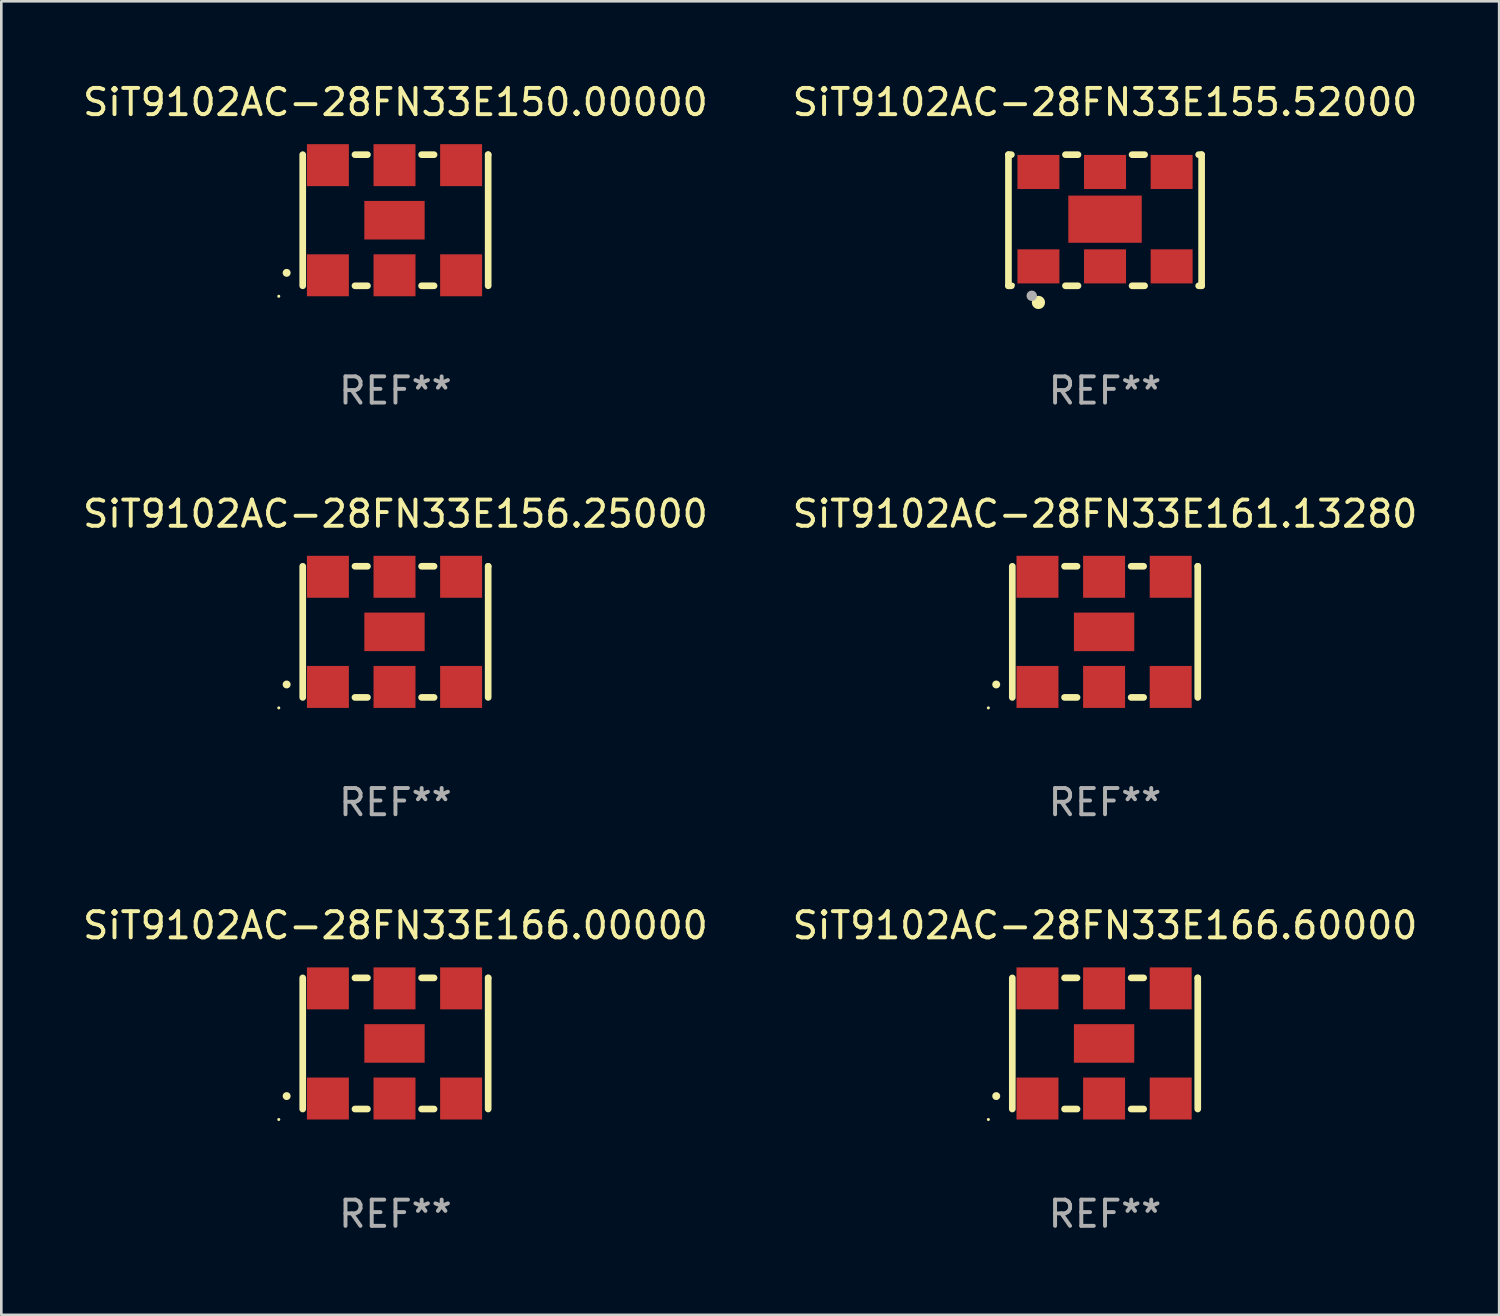
<source format=kicad_pcb>
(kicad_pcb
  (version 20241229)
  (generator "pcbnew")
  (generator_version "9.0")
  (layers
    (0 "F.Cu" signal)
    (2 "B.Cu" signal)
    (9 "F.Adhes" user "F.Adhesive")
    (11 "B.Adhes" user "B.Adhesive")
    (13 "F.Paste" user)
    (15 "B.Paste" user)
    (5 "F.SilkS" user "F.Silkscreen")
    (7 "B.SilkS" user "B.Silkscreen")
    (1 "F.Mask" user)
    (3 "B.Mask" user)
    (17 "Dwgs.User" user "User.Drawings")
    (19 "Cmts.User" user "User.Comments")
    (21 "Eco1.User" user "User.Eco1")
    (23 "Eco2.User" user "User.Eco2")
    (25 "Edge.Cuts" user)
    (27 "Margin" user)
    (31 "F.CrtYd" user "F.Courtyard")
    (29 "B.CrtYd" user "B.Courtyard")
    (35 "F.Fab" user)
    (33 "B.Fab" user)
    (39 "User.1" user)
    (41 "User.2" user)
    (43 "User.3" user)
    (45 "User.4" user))
  (footprint "SiT9102AC-28FN33E166.60000"
    (layer "F.Cu")
    (at 39.089 36.741)
    (property "Reference" "SiT9102AC-28FN33E166.60000" (at 0 -4.5 0) (layer "F.SilkS") (effects (font (size 1 1) (thickness 0.15))))
    (attr through_hole)
    (fp_line (start -3.536 -2.5) (end -3.536 2.5) (stroke (width 0.254) (type solid)) (layer "F.SilkS"))
    (fp_line (start -1.544 2.5) (end -1.067 2.5) (stroke (width 0.254) (type solid)) (layer "F.SilkS"))
    (fp_line (start -1.067 -2.5) (end -1.544 -2.5) (stroke (width 0.254) (type solid)) (layer "F.SilkS"))
    (fp_line (start 0.996 2.5) (end 1.473 2.5) (stroke (width 0.254) (type solid)) (layer "F.SilkS"))
    (fp_line (start 1.473 -2.5) (end 0.996 -2.5) (stroke (width 0.254) (type solid)) (layer "F.SilkS"))
    (fp_line (start 3.536 -2.5) (end 3.536 -2.5) (stroke (width 0.254) (type solid)) (layer "F.SilkS"))
    (fp_line (start 3.536 2.5) (end 3.536 -2.5) (stroke (width 0.254) (type solid)) (layer "F.SilkS"))
    (fp_arc (start -4.150432 2.006604) (mid -4.149162 2.006599) (end -4.147892 2.006604) (stroke (width 0.3) (type solid)) (layer "F.SilkS"))
    (fp_circle (center -4.449 2.9) (end -4.419 2.9) (stroke (width 0.06) (type solid)) (fill no) (layer "F.SilkS"))
    (fp_text user "REF**" (at 0 6.5 0) (layer "F.Fab") (effects (font (size 1 1) (thickness 0.15))))
    (pad "1" smd rect (at -2.576 2.1) (size 1.6 1.6) (layers "F.Cu" "F.Mask" "F.Paste"))
    (pad "2" smd rect (at -0.036 2.1) (size 1.6 1.6) (layers "F.Cu" "F.Mask" "F.Paste"))
    (pad "3" smd rect (at 2.504 2.1) (size 1.6 1.6) (layers "F.Cu" "F.Mask" "F.Paste"))
    (pad "4" smd rect (at 2.504 -2.1) (size 1.6 1.6) (layers "F.Cu" "F.Mask" "F.Paste"))
    (pad "5" smd rect (at -0.036 -2.1) (size 1.6 1.6) (layers "F.Cu" "F.Mask" "F.Paste"))
    (pad "6" smd rect (at -2.576 -2.1) (size 1.6 1.6) (layers "F.Cu" "F.Mask" "F.Paste"))
    (pad "7" smd rect (at -0.036 0) (size 2.3 1.47) (layers "F.Cu" "F.Mask" "F.Paste")))
  (footprint "SiT9102AC-28FN33E166.00000"
    (layer "F.Cu")
    (at 12.03 36.741)
    (property "Reference" "SiT9102AC-28FN33E166.00000" (at 0 -4.5 0) (layer "F.SilkS") (effects (font (size 1 1) (thickness 0.15))))
    (attr through_hole)
    (fp_line (start -3.536 -2.5) (end -3.536 2.5) (stroke (width 0.254) (type solid)) (layer "F.SilkS"))
    (fp_line (start -1.544 2.5) (end -1.067 2.5) (stroke (width 0.254) (type solid)) (layer "F.SilkS"))
    (fp_line (start -1.067 -2.5) (end -1.544 -2.5) (stroke (width 0.254) (type solid)) (layer "F.SilkS"))
    (fp_line (start 0.996 2.5) (end 1.473 2.5) (stroke (width 0.254) (type solid)) (layer "F.SilkS"))
    (fp_line (start 1.473 -2.5) (end 0.996 -2.5) (stroke (width 0.254) (type solid)) (layer "F.SilkS"))
    (fp_line (start 3.536 -2.5) (end 3.536 -2.5) (stroke (width 0.254) (type solid)) (layer "F.SilkS"))
    (fp_line (start 3.536 2.5) (end 3.536 -2.5) (stroke (width 0.254) (type solid)) (layer "F.SilkS"))
    (fp_arc (start -4.150432 2.006604) (mid -4.149162 2.006599) (end -4.147892 2.006604) (stroke (width 0.3) (type solid)) (layer "F.SilkS"))
    (fp_circle (center -4.449 2.9) (end -4.419 2.9) (stroke (width 0.06) (type solid)) (fill no) (layer "F.SilkS"))
    (fp_text user "REF**" (at 0 6.5 0) (layer "F.Fab") (effects (font (size 1 1) (thickness 0.15))))
    (pad "1" smd rect (at -2.576 2.1) (size 1.6 1.6) (layers "F.Cu" "F.Mask" "F.Paste"))
    (pad "2" smd rect (at -0.036 2.1) (size 1.6 1.6) (layers "F.Cu" "F.Mask" "F.Paste"))
    (pad "3" smd rect (at 2.504 2.1) (size 1.6 1.6) (layers "F.Cu" "F.Mask" "F.Paste"))
    (pad "4" smd rect (at 2.504 -2.1) (size 1.6 1.6) (layers "F.Cu" "F.Mask" "F.Paste"))
    (pad "5" smd rect (at -0.036 -2.1) (size 1.6 1.6) (layers "F.Cu" "F.Mask" "F.Paste"))
    (pad "6" smd rect (at -2.576 -2.1) (size 1.6 1.6) (layers "F.Cu" "F.Mask" "F.Paste"))
    (pad "7" smd rect (at -0.036 0) (size 2.3 1.47) (layers "F.Cu" "F.Mask" "F.Paste")))
  (footprint "SiT9102AC-28FN33E156.25000"
    (layer "F.Cu")
    (at 12.03 21.045)
    (property "Reference" "SiT9102AC-28FN33E156.25000" (at 0 -4.5 0) (layer "F.SilkS") (effects (font (size 1 1) (thickness 0.15))))
    (attr through_hole)
    (fp_line (start -3.536 -2.5) (end -3.536 2.5) (stroke (width 0.254) (type solid)) (layer "F.SilkS"))
    (fp_line (start -1.544 2.5) (end -1.067 2.5) (stroke (width 0.254) (type solid)) (layer "F.SilkS"))
    (fp_line (start -1.067 -2.5) (end -1.544 -2.5) (stroke (width 0.254) (type solid)) (layer "F.SilkS"))
    (fp_line (start 0.996 2.5) (end 1.473 2.5) (stroke (width 0.254) (type solid)) (layer "F.SilkS"))
    (fp_line (start 1.473 -2.5) (end 0.996 -2.5) (stroke (width 0.254) (type solid)) (layer "F.SilkS"))
    (fp_line (start 3.536 -2.5) (end 3.536 -2.5) (stroke (width 0.254) (type solid)) (layer "F.SilkS"))
    (fp_line (start 3.536 2.5) (end 3.536 -2.5) (stroke (width 0.254) (type solid)) (layer "F.SilkS"))
    (fp_arc (start -4.150432 2.006604) (mid -4.149162 2.006599) (end -4.147892 2.006604) (stroke (width 0.3) (type solid)) (layer "F.SilkS"))
    (fp_circle (center -4.449 2.9) (end -4.419 2.9) (stroke (width 0.06) (type solid)) (fill no) (layer "F.SilkS"))
    (fp_text user "REF**" (at 0 6.5 0) (layer "F.Fab") (effects (font (size 1 1) (thickness 0.15))))
    (pad "1" smd rect (at -2.576 2.1) (size 1.6 1.6) (layers "F.Cu" "F.Mask" "F.Paste"))
    (pad "2" smd rect (at -0.036 2.1) (size 1.6 1.6) (layers "F.Cu" "F.Mask" "F.Paste"))
    (pad "3" smd rect (at 2.504 2.1) (size 1.6 1.6) (layers "F.Cu" "F.Mask" "F.Paste"))
    (pad "4" smd rect (at 2.504 -2.1) (size 1.6 1.6) (layers "F.Cu" "F.Mask" "F.Paste"))
    (pad "5" smd rect (at -0.036 -2.1) (size 1.6 1.6) (layers "F.Cu" "F.Mask" "F.Paste"))
    (pad "6" smd rect (at -2.576 -2.1) (size 1.6 1.6) (layers "F.Cu" "F.Mask" "F.Paste"))
    (pad "7" smd rect (at -0.036 0) (size 2.3 1.47) (layers "F.Cu" "F.Mask" "F.Paste")))
  (footprint "SiT9102AC-28FN33E155.52000"
    (layer "F.Cu")
    (at 39.089 5.348)
    (property "Reference" "SiT9102AC-28FN33E155.52000" (at 0 -4.5 0) (layer "F.SilkS") (effects (font (size 1 1) (thickness 0.15))))
    (attr through_hole)
    (fp_line (start -3.683 -2.5) (end -3.571 -2.5) (stroke (width 0.254) (type solid)) (layer "F.SilkS"))
    (fp_line (start -3.683 2.5) (end -3.683 -2.5) (stroke (width 0.254) (type solid)) (layer "F.SilkS"))
    (fp_line (start -3.683 2.5) (end -3.571 2.5) (stroke (width 0.254) (type solid)) (layer "F.SilkS"))
    (fp_line (start -1.509 -2.5) (end -1.031 -2.5) (stroke (width 0.254) (type solid)) (layer "F.SilkS"))
    (fp_line (start -1.509 2.5) (end -1.031 2.5) (stroke (width 0.254) (type solid)) (layer "F.SilkS"))
    (fp_line (start 1.031 -2.5) (end 1.509 -2.5) (stroke (width 0.254) (type solid)) (layer "F.SilkS"))
    (fp_line (start 1.031 2.5) (end 1.509 2.5) (stroke (width 0.254) (type solid)) (layer "F.SilkS"))
    (fp_line (start 3.571 -2.5) (end 3.683 -2.5) (stroke (width 0.254) (type solid)) (layer "F.SilkS"))
    (fp_line (start 3.571 2.5) (end 3.683 2.5) (stroke (width 0.254) (type solid)) (layer "F.SilkS"))
    (fp_line (start 3.683 2.5) (end 3.683 -2.5) (stroke (width 0.254) (type solid)) (layer "F.SilkS"))
    (fp_circle (center -3.5 2.46) (end -3.47 2.46) (stroke (width 0.06) (type solid)) (fill no) (layer "F.SilkS"))
    (fp_circle (center -2.54 3.135) (end -2.413 3.135) (stroke (width 0.254) (type solid)) (fill no) (layer "F.SilkS"))
    (fp_circle (center -2.794 2.881) (end -2.694 2.881) (stroke (width 0.2) (type solid)) (fill no) (layer "F.Fab"))
    (fp_text user "REF**" (at 0 6.5 0) (layer "F.Fab") (effects (font (size 1 1) (thickness 0.15))))
    (pad "1" smd rect (at -2.54 1.76) (size 1.6 1.3) (layers "F.Cu" "F.Mask" "F.Paste"))
    (pad "2" smd rect (at 0 1.76) (size 1.6 1.3) (layers "F.Cu" "F.Mask" "F.Paste"))
    (pad "3" smd rect (at 2.54 1.76) (size 1.6 1.3) (layers "F.Cu" "F.Mask" "F.Paste"))
    (pad "4" smd rect (at 2.54 -1.84) (size 1.6 1.3) (layers "F.Cu" "F.Mask" "F.Paste"))
    (pad "5" smd rect (at 0 -1.84) (size 1.6 1.3) (layers "F.Cu" "F.Mask" "F.Paste"))
    (pad "6" smd rect (at -2.54 -1.84) (size 1.6 1.3) (layers "F.Cu" "F.Mask" "F.Paste"))
    (pad "7" smd rect (at 0 -0.04) (size 2.8 1.8) (layers "F.Cu" "F.Mask" "F.Paste")))
  (footprint "SiT9102AC-28FN33E161.13280"
    (layer "F.Cu")
    (at 39.089 21.045)
    (property "Reference" "SiT9102AC-28FN33E161.13280" (at 0 -4.5 0) (layer "F.SilkS") (effects (font (size 1 1) (thickness 0.15))))
    (attr through_hole)
    (fp_line (start -3.536 -2.5) (end -3.536 2.5) (stroke (width 0.254) (type solid)) (layer "F.SilkS"))
    (fp_line (start -1.544 2.5) (end -1.067 2.5) (stroke (width 0.254) (type solid)) (layer "F.SilkS"))
    (fp_line (start -1.067 -2.5) (end -1.544 -2.5) (stroke (width 0.254) (type solid)) (layer "F.SilkS"))
    (fp_line (start 0.996 2.5) (end 1.473 2.5) (stroke (width 0.254) (type solid)) (layer "F.SilkS"))
    (fp_line (start 1.473 -2.5) (end 0.996 -2.5) (stroke (width 0.254) (type solid)) (layer "F.SilkS"))
    (fp_line (start 3.536 -2.5) (end 3.536 -2.5) (stroke (width 0.254) (type solid)) (layer "F.SilkS"))
    (fp_line (start 3.536 2.5) (end 3.536 -2.5) (stroke (width 0.254) (type solid)) (layer "F.SilkS"))
    (fp_arc (start -4.150432 2.006604) (mid -4.149162 2.006599) (end -4.147892 2.006604) (stroke (width 0.3) (type solid)) (layer "F.SilkS"))
    (fp_circle (center -4.449 2.9) (end -4.419 2.9) (stroke (width 0.06) (type solid)) (fill no) (layer "F.SilkS"))
    (fp_text user "REF**" (at 0 6.5 0) (layer "F.Fab") (effects (font (size 1 1) (thickness 0.15))))
    (pad "1" smd rect (at -2.576 2.1) (size 1.6 1.6) (layers "F.Cu" "F.Mask" "F.Paste"))
    (pad "2" smd rect (at -0.036 2.1) (size 1.6 1.6) (layers "F.Cu" "F.Mask" "F.Paste"))
    (pad "3" smd rect (at 2.504 2.1) (size 1.6 1.6) (layers "F.Cu" "F.Mask" "F.Paste"))
    (pad "4" smd rect (at 2.504 -2.1) (size 1.6 1.6) (layers "F.Cu" "F.Mask" "F.Paste"))
    (pad "5" smd rect (at -0.036 -2.1) (size 1.6 1.6) (layers "F.Cu" "F.Mask" "F.Paste"))
    (pad "6" smd rect (at -2.576 -2.1) (size 1.6 1.6) (layers "F.Cu" "F.Mask" "F.Paste"))
    (pad "7" smd rect (at -0.036 0) (size 2.3 1.47) (layers "F.Cu" "F.Mask" "F.Paste")))
  (footprint "SiT9102AC-28FN33E150.00000"
    (layer "F.Cu")
    (at 12.03 5.348)
    (property "Reference" "SiT9102AC-28FN33E150.00000" (at 0 -4.5 0) (layer "F.SilkS") (effects (font (size 1 1) (thickness 0.15))))
    (attr through_hole)
    (fp_line (start -3.536 -2.5) (end -3.536 2.5) (stroke (width 0.254) (type solid)) (layer "F.SilkS"))
    (fp_line (start -1.544 2.5) (end -1.067 2.5) (stroke (width 0.254) (type solid)) (layer "F.SilkS"))
    (fp_line (start -1.067 -2.5) (end -1.544 -2.5) (stroke (width 0.254) (type solid)) (layer "F.SilkS"))
    (fp_line (start 0.996 2.5) (end 1.473 2.5) (stroke (width 0.254) (type solid)) (layer "F.SilkS"))
    (fp_line (start 1.473 -2.5) (end 0.996 -2.5) (stroke (width 0.254) (type solid)) (layer "F.SilkS"))
    (fp_line (start 3.536 -2.5) (end 3.536 -2.5) (stroke (width 0.254) (type solid)) (layer "F.SilkS"))
    (fp_line (start 3.536 2.5) (end 3.536 -2.5) (stroke (width 0.254) (type solid)) (layer "F.SilkS"))
    (fp_arc (start -4.150432 2.006604) (mid -4.149162 2.006599) (end -4.147892 2.006604) (stroke (width 0.3) (type solid)) (layer "F.SilkS"))
    (fp_circle (center -4.449 2.9) (end -4.419 2.9) (stroke (width 0.06) (type solid)) (fill no) (layer "F.SilkS"))
    (fp_text user "REF**" (at 0 6.5 0) (layer "F.Fab") (effects (font (size 1 1) (thickness 0.15))))
    (pad "1" smd rect (at -2.576 2.1) (size 1.6 1.6) (layers "F.Cu" "F.Mask" "F.Paste"))
    (pad "2" smd rect (at -0.036 2.1) (size 1.6 1.6) (layers "F.Cu" "F.Mask" "F.Paste"))
    (pad "3" smd rect (at 2.504 2.1) (size 1.6 1.6) (layers "F.Cu" "F.Mask" "F.Paste"))
    (pad "4" smd rect (at 2.504 -2.1) (size 1.6 1.6) (layers "F.Cu" "F.Mask" "F.Paste"))
    (pad "5" smd rect (at -0.036 -2.1) (size 1.6 1.6) (layers "F.Cu" "F.Mask" "F.Paste"))
    (pad "6" smd rect (at -2.576 -2.1) (size 1.6 1.6) (layers "F.Cu" "F.Mask" "F.Paste"))
    (pad "7" smd rect (at -0.036 0) (size 2.3 1.47) (layers "F.Cu" "F.Mask" "F.Paste")))
  (gr_rect
    (start -3 -3)
    (end 54.119 47.09)
    (stroke (width 0.1) (type default))
    (fill no)
    (layer "Edge.Cuts")))
</source>
